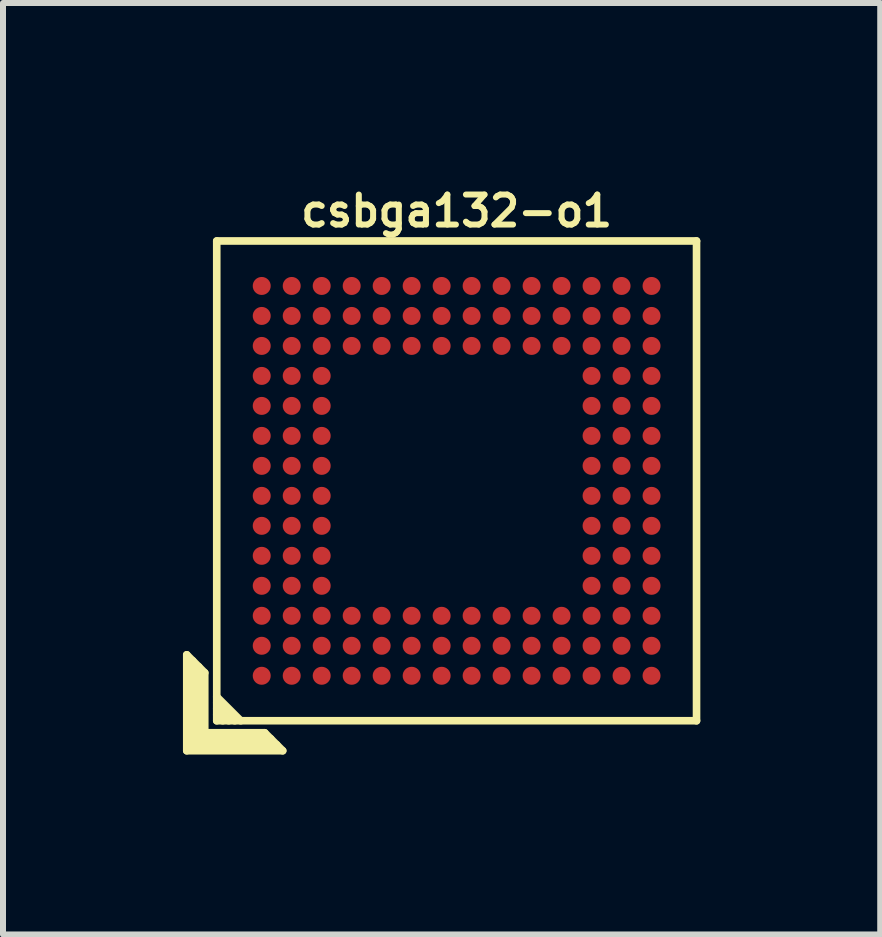
<source format=kicad_pcb>
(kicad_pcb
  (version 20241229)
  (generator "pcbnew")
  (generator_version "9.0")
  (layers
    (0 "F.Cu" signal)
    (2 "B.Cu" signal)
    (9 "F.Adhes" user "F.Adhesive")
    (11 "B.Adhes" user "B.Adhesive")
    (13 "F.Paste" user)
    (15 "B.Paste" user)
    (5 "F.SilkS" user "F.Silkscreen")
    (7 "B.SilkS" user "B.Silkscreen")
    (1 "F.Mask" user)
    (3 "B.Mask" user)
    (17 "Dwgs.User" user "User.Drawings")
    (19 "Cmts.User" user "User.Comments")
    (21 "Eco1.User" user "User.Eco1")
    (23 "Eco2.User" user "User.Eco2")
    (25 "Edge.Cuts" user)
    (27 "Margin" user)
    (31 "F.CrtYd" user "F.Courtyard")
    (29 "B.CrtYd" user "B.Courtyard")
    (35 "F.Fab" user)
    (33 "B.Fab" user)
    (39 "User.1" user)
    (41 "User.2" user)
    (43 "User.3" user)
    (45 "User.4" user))
  (footprint "csbga132-o1"
    (layer "F.Cu")
    (at 4.564 4.968)
    (property "Reference" "csbga132-o1" (at 0 -4.5 0) (layer "F.SilkS") (effects (font (size 0.5 0.5) (thickness 0.1))))
    (attr smd)
    (fp_line (start -4.5 2.9) (end -4.2 3.2) (stroke (width 0.127) (type solid)) (layer "F.SilkS"))
    (fp_line (start -4.5 4.5) (end -4.5 2.9) (stroke (width 0.127) (type solid)) (layer "F.SilkS"))
    (fp_line (start -4.4 4.4) (end -4.4 3) (stroke (width 0.127) (type solid)) (layer "F.SilkS"))
    (fp_line (start -4.3 3.1) (end -4.3 4.3) (stroke (width 0.127) (type solid)) (layer "F.SilkS"))
    (fp_line (start -4.3 4.3) (end -3.1 4.3) (stroke (width 0.127) (type solid)) (layer "F.SilkS"))
    (fp_line (start -4.2 3.2) (end -4.2 4.2) (stroke (width 0.127) (type solid)) (layer "F.SilkS"))
    (fp_line (start -4.2 4.2) (end -3.2 4.2) (stroke (width 0.127) (type solid)) (layer "F.SilkS"))
    (fp_line (start -4 -4) (end 4 -4) (stroke (width 0.127) (type solid)) (layer "F.SilkS"))
    (fp_line (start -4 3.6) (end -3.6 4) (stroke (width 0.127) (type solid)) (layer "F.SilkS"))
    (fp_line (start -4 3.7) (end -3.7 4) (stroke (width 0.127) (type solid)) (layer "F.SilkS"))
    (fp_line (start -4 4) (end -4 -4) (stroke (width 0.127) (type solid)) (layer "F.SilkS"))
    (fp_line (start -3.9 4) (end -4 3.9) (stroke (width 0.127) (type solid)) (layer "F.SilkS"))
    (fp_line (start -3.8 4) (end -4 3.8) (stroke (width 0.127) (type solid)) (layer "F.SilkS"))
    (fp_line (start -3.2 4.2) (end -2.9 4.5) (stroke (width 0.127) (type solid)) (layer "F.SilkS"))
    (fp_line (start -3 4.4) (end -4.4 4.4) (stroke (width 0.127) (type solid)) (layer "F.SilkS"))
    (fp_line (start -2.9 4.5) (end -4.5 4.5) (stroke (width 0.127) (type solid)) (layer "F.SilkS"))
    (fp_line (start 4 -4) (end 4 4) (stroke (width 0.127) (type solid)) (layer "F.SilkS"))
    (fp_line (start 4 4) (end -4 4) (stroke (width 0.127) (type solid)) (layer "F.SilkS"))
    (pad "A1" smd circle (at -3.25 3.25) (size 0.3 0.3) (layers "F.Cu" "F.Mask" "F.Paste"))
    (pad "A2" smd circle (at -3.25 2.75) (size 0.3 0.3) (layers "F.Cu" "F.Mask" "F.Paste"))
    (pad "A3" smd circle (at -3.25 2.25) (size 0.3 0.3) (layers "F.Cu" "F.Mask" "F.Paste"))
    (pad "A4" smd circle (at -3.25 1.75) (size 0.3 0.3) (layers "F.Cu" "F.Mask" "F.Paste"))
    (pad "A5" smd circle (at -3.25 1.25) (size 0.3 0.3) (layers "F.Cu" "F.Mask" "F.Paste"))
    (pad "A6" smd circle (at -3.25 0.75) (size 0.3 0.3) (layers "F.Cu" "F.Mask" "F.Paste"))
    (pad "A7" smd circle (at -3.25 0.25) (size 0.3 0.3) (layers "F.Cu" "F.Mask" "F.Paste"))
    (pad "A8" smd circle (at -3.25 -0.25) (size 0.3 0.3) (layers "F.Cu" "F.Mask" "F.Paste"))
    (pad "A9" smd circle (at -3.25 -0.75) (size 0.3 0.3) (layers "F.Cu" "F.Mask" "F.Paste"))
    (pad "A10" smd circle (at -3.25 -1.25) (size 0.3 0.3) (layers "F.Cu" "F.Mask" "F.Paste"))
    (pad "A11" smd circle (at -3.25 -1.75) (size 0.3 0.3) (layers "F.Cu" "F.Mask" "F.Paste"))
    (pad "A12" smd circle (at -3.25 -2.25) (size 0.3 0.3) (layers "F.Cu" "F.Mask" "F.Paste"))
    (pad "A13" smd circle (at -3.25 -2.75) (size 0.3 0.3) (layers "F.Cu" "F.Mask" "F.Paste"))
    (pad "A14" smd circle (at -3.25 -3.25) (size 0.3 0.3) (layers "F.Cu" "F.Mask" "F.Paste"))
    (pad "B1" smd circle (at -2.75 3.25) (size 0.3 0.3) (layers "F.Cu" "F.Mask" "F.Paste"))
    (pad "B2" smd circle (at -2.75 2.75) (size 0.3 0.3) (layers "F.Cu" "F.Mask" "F.Paste"))
    (pad "B3" smd circle (at -2.75 2.25) (size 0.3 0.3) (layers "F.Cu" "F.Mask" "F.Paste"))
    (pad "B4" smd circle (at -2.75 1.75) (size 0.3 0.3) (layers "F.Cu" "F.Mask" "F.Paste"))
    (pad "B5" smd circle (at -2.75 1.25) (size 0.3 0.3) (layers "F.Cu" "F.Mask" "F.Paste"))
    (pad "B6" smd circle (at -2.75 0.75) (size 0.3 0.3) (layers "F.Cu" "F.Mask" "F.Paste"))
    (pad "B7" smd circle (at -2.75 0.25) (size 0.3 0.3) (layers "F.Cu" "F.Mask" "F.Paste"))
    (pad "B8" smd circle (at -2.75 -0.25) (size 0.3 0.3) (layers "F.Cu" "F.Mask" "F.Paste"))
    (pad "B9" smd circle (at -2.75 -0.75) (size 0.3 0.3) (layers "F.Cu" "F.Mask" "F.Paste"))
    (pad "B10" smd circle (at -2.75 -1.25) (size 0.3 0.3) (layers "F.Cu" "F.Mask" "F.Paste"))
    (pad "B11" smd circle (at -2.75 -1.75) (size 0.3 0.3) (layers "F.Cu" "F.Mask" "F.Paste"))
    (pad "B12" smd circle (at -2.75 -2.25) (size 0.3 0.3) (layers "F.Cu" "F.Mask" "F.Paste"))
    (pad "B13" smd circle (at -2.75 -2.75) (size 0.3 0.3) (layers "F.Cu" "F.Mask" "F.Paste"))
    (pad "B14" smd circle (at -2.75 -3.25) (size 0.3 0.3) (layers "F.Cu" "F.Mask" "F.Paste"))
    (pad "C1" smd circle (at -2.25 3.25) (size 0.3 0.3) (layers "F.Cu" "F.Mask" "F.Paste"))
    (pad "C2" smd circle (at -2.25 2.75) (size 0.3 0.3) (layers "F.Cu" "F.Mask" "F.Paste"))
    (pad "C3" smd circle (at -2.25 2.25) (size 0.3 0.3) (layers "F.Cu" "F.Mask" "F.Paste"))
    (pad "C4" smd circle (at -2.25 1.75) (size 0.3 0.3) (layers "F.Cu" "F.Mask" "F.Paste"))
    (pad "C5" smd circle (at -2.25 1.25) (size 0.3 0.3) (layers "F.Cu" "F.Mask" "F.Paste"))
    (pad "C6" smd circle (at -2.25 0.75) (size 0.3 0.3) (layers "F.Cu" "F.Mask" "F.Paste"))
    (pad "C7" smd circle (at -2.25 0.25) (size 0.3 0.3) (layers "F.Cu" "F.Mask" "F.Paste"))
    (pad "C8" smd circle (at -2.25 -0.25) (size 0.3 0.3) (layers "F.Cu" "F.Mask" "F.Paste"))
    (pad "C9" smd circle (at -2.25 -0.75) (size 0.3 0.3) (layers "F.Cu" "F.Mask" "F.Paste"))
    (pad "C10" smd circle (at -2.25 -1.25) (size 0.3 0.3) (layers "F.Cu" "F.Mask" "F.Paste"))
    (pad "C11" smd circle (at -2.25 -1.75) (size 0.3 0.3) (layers "F.Cu" "F.Mask" "F.Paste"))
    (pad "C12" smd circle (at -2.25 -2.25) (size 0.3 0.3) (layers "F.Cu" "F.Mask" "F.Paste"))
    (pad "C13" smd circle (at -2.25 -2.75) (size 0.3 0.3) (layers "F.Cu" "F.Mask" "F.Paste"))
    (pad "C14" smd circle (at -2.25 -3.25) (size 0.3 0.3) (layers "F.Cu" "F.Mask" "F.Paste"))
    (pad "D1" smd circle (at -1.75 3.25) (size 0.3 0.3) (layers "F.Cu" "F.Mask" "F.Paste"))
    (pad "D2" smd circle (at -1.75 2.75) (size 0.3 0.3) (layers "F.Cu" "F.Mask" "F.Paste"))
    (pad "D3" smd circle (at -1.75 2.25) (size 0.3 0.3) (layers "F.Cu" "F.Mask" "F.Paste"))
    (pad "D12" smd circle (at -1.75 -2.25) (size 0.3 0.3) (layers "F.Cu" "F.Mask" "F.Paste"))
    (pad "D13" smd circle (at -1.75 -2.75) (size 0.3 0.3) (layers "F.Cu" "F.Mask" "F.Paste"))
    (pad "D14" smd circle (at -1.75 -3.25) (size 0.3 0.3) (layers "F.Cu" "F.Mask" "F.Paste"))
    (pad "E1" smd circle (at -1.25 3.25) (size 0.3 0.3) (layers "F.Cu" "F.Mask" "F.Paste"))
    (pad "E2" smd circle (at -1.25 2.75) (size 0.3 0.3) (layers "F.Cu" "F.Mask" "F.Paste"))
    (pad "E3" smd circle (at -1.25 2.25) (size 0.3 0.3) (layers "F.Cu" "F.Mask" "F.Paste"))
    (pad "E12" smd circle (at -1.25 -2.25) (size 0.3 0.3) (layers "F.Cu" "F.Mask" "F.Paste"))
    (pad "E13" smd circle (at -1.25 -2.75) (size 0.3 0.3) (layers "F.Cu" "F.Mask" "F.Paste"))
    (pad "E14" smd circle (at -1.25 -3.25) (size 0.3 0.3) (layers "F.Cu" "F.Mask" "F.Paste"))
    (pad "F1" smd circle (at -0.75 3.25) (size 0.3 0.3) (layers "F.Cu" "F.Mask" "F.Paste"))
    (pad "F2" smd circle (at -0.75 2.75) (size 0.3 0.3) (layers "F.Cu" "F.Mask" "F.Paste"))
    (pad "F3" smd circle (at -0.75 2.25) (size 0.3 0.3) (layers "F.Cu" "F.Mask" "F.Paste"))
    (pad "F12" smd circle (at -0.75 -2.25) (size 0.3 0.3) (layers "F.Cu" "F.Mask" "F.Paste"))
    (pad "F13" smd circle (at -0.75 -2.75) (size 0.3 0.3) (layers "F.Cu" "F.Mask" "F.Paste"))
    (pad "F14" smd circle (at -0.75 -3.25) (size 0.3 0.3) (layers "F.Cu" "F.Mask" "F.Paste"))
    (pad "G1" smd circle (at -0.25 3.25) (size 0.3 0.3) (layers "F.Cu" "F.Mask" "F.Paste"))
    (pad "G2" smd circle (at -0.25 2.75) (size 0.3 0.3) (layers "F.Cu" "F.Mask" "F.Paste"))
    (pad "G3" smd circle (at -0.25 2.25) (size 0.3 0.3) (layers "F.Cu" "F.Mask" "F.Paste"))
    (pad "G12" smd circle (at -0.25 -2.25) (size 0.3 0.3) (layers "F.Cu" "F.Mask" "F.Paste"))
    (pad "G13" smd circle (at -0.25 -2.75) (size 0.3 0.3) (layers "F.Cu" "F.Mask" "F.Paste"))
    (pad "G14" smd circle (at -0.25 -3.25) (size 0.3 0.3) (layers "F.Cu" "F.Mask" "F.Paste"))
    (pad "H1" smd circle (at 0.25 3.25) (size 0.3 0.3) (layers "F.Cu" "F.Mask" "F.Paste"))
    (pad "H2" smd circle (at 0.25 2.75) (size 0.3 0.3) (layers "F.Cu" "F.Mask" "F.Paste"))
    (pad "H3" smd circle (at 0.25 2.25) (size 0.3 0.3) (layers "F.Cu" "F.Mask" "F.Paste"))
    (pad "H12" smd circle (at 0.25 -2.25) (size 0.3 0.3) (layers "F.Cu" "F.Mask" "F.Paste"))
    (pad "H13" smd circle (at 0.25 -2.75) (size 0.3 0.3) (layers "F.Cu" "F.Mask" "F.Paste"))
    (pad "H14" smd circle (at 0.25 -3.25) (size 0.3 0.3) (layers "F.Cu" "F.Mask" "F.Paste"))
    (pad "J1" smd circle (at 0.75 3.25) (size 0.3 0.3) (layers "F.Cu" "F.Mask" "F.Paste"))
    (pad "J2" smd circle (at 0.75 2.75) (size 0.3 0.3) (layers "F.Cu" "F.Mask" "F.Paste"))
    (pad "J3" smd circle (at 0.75 2.25) (size 0.3 0.3) (layers "F.Cu" "F.Mask" "F.Paste"))
    (pad "J12" smd circle (at 0.75 -2.25) (size 0.3 0.3) (layers "F.Cu" "F.Mask" "F.Paste"))
    (pad "J13" smd circle (at 0.75 -2.75) (size 0.3 0.3) (layers "F.Cu" "F.Mask" "F.Paste"))
    (pad "J14" smd circle (at 0.75 -3.25) (size 0.3 0.3) (layers "F.Cu" "F.Mask" "F.Paste"))
    (pad "K1" smd circle (at 1.25 3.25) (size 0.3 0.3) (layers "F.Cu" "F.Mask" "F.Paste"))
    (pad "K2" smd circle (at 1.25 2.75) (size 0.3 0.3) (layers "F.Cu" "F.Mask" "F.Paste"))
    (pad "K3" smd circle (at 1.25 2.25) (size 0.3 0.3) (layers "F.Cu" "F.Mask" "F.Paste"))
    (pad "K12" smd circle (at 1.25 -2.25) (size 0.3 0.3) (layers "F.Cu" "F.Mask" "F.Paste"))
    (pad "K13" smd circle (at 1.25 -2.75) (size 0.3 0.3) (layers "F.Cu" "F.Mask" "F.Paste"))
    (pad "K14" smd circle (at 1.25 -3.25) (size 0.3 0.3) (layers "F.Cu" "F.Mask" "F.Paste"))
    (pad "L1" smd circle (at 1.75 3.25) (size 0.3 0.3) (layers "F.Cu" "F.Mask" "F.Paste"))
    (pad "L2" smd circle (at 1.75 2.75) (size 0.3 0.3) (layers "F.Cu" "F.Mask" "F.Paste"))
    (pad "L3" smd circle (at 1.75 2.25) (size 0.3 0.3) (layers "F.Cu" "F.Mask" "F.Paste"))
    (pad "L12" smd circle (at 1.75 -2.25) (size 0.3 0.3) (layers "F.Cu" "F.Mask" "F.Paste"))
    (pad "L13" smd circle (at 1.75 -2.75) (size 0.3 0.3) (layers "F.Cu" "F.Mask" "F.Paste"))
    (pad "L14" smd circle (at 1.75 -3.25) (size 0.3 0.3) (layers "F.Cu" "F.Mask" "F.Paste"))
    (pad "M1" smd circle (at 2.25 3.25) (size 0.3 0.3) (layers "F.Cu" "F.Mask" "F.Paste"))
    (pad "M2" smd circle (at 2.25 2.75) (size 0.3 0.3) (layers "F.Cu" "F.Mask" "F.Paste"))
    (pad "M3" smd circle (at 2.25 2.25) (size 0.3 0.3) (layers "F.Cu" "F.Mask" "F.Paste"))
    (pad "M4" smd circle (at 2.25 1.75) (size 0.3 0.3) (layers "F.Cu" "F.Mask" "F.Paste"))
    (pad "M5" smd circle (at 2.25 1.25) (size 0.3 0.3) (layers "F.Cu" "F.Mask" "F.Paste"))
    (pad "M6" smd circle (at 2.25 0.75) (size 0.3 0.3) (layers "F.Cu" "F.Mask" "F.Paste"))
    (pad "M7" smd circle (at 2.25 0.25) (size 0.3 0.3) (layers "F.Cu" "F.Mask" "F.Paste"))
    (pad "M8" smd circle (at 2.25 -0.25) (size 0.3 0.3) (layers "F.Cu" "F.Mask" "F.Paste"))
    (pad "M9" smd circle (at 2.25 -0.75) (size 0.3 0.3) (layers "F.Cu" "F.Mask" "F.Paste"))
    (pad "M10" smd circle (at 2.25 -1.25) (size 0.3 0.3) (layers "F.Cu" "F.Mask" "F.Paste"))
    (pad "M11" smd circle (at 2.25 -1.75) (size 0.3 0.3) (layers "F.Cu" "F.Mask" "F.Paste"))
    (pad "M12" smd circle (at 2.25 -2.25) (size 0.3 0.3) (layers "F.Cu" "F.Mask" "F.Paste"))
    (pad "M13" smd circle (at 2.25 -2.75) (size 0.3 0.3) (layers "F.Cu" "F.Mask" "F.Paste"))
    (pad "M14" smd circle (at 2.25 -3.25) (size 0.3 0.3) (layers "F.Cu" "F.Mask" "F.Paste"))
    (pad "N1" smd circle (at 2.75 3.25) (size 0.3 0.3) (layers "F.Cu" "F.Mask" "F.Paste"))
    (pad "N2" smd circle (at 2.75 2.75) (size 0.3 0.3) (layers "F.Cu" "F.Mask" "F.Paste"))
    (pad "N3" smd circle (at 2.75 2.25) (size 0.3 0.3) (layers "F.Cu" "F.Mask" "F.Paste"))
    (pad "N4" smd circle (at 2.75 1.75) (size 0.3 0.3) (layers "F.Cu" "F.Mask" "F.Paste"))
    (pad "N5" smd circle (at 2.75 1.25) (size 0.3 0.3) (layers "F.Cu" "F.Mask" "F.Paste"))
    (pad "N6" smd circle (at 2.75 0.75) (size 0.3 0.3) (layers "F.Cu" "F.Mask" "F.Paste"))
    (pad "N7" smd circle (at 2.75 0.25) (size 0.3 0.3) (layers "F.Cu" "F.Mask" "F.Paste"))
    (pad "N8" smd circle (at 2.75 -0.25) (size 0.3 0.3) (layers "F.Cu" "F.Mask" "F.Paste"))
    (pad "N9" smd circle (at 2.75 -0.75) (size 0.3 0.3) (layers "F.Cu" "F.Mask" "F.Paste"))
    (pad "N10" smd circle (at 2.75 -1.25) (size 0.3 0.3) (layers "F.Cu" "F.Mask" "F.Paste"))
    (pad "N11" smd circle (at 2.75 -1.75) (size 0.3 0.3) (layers "F.Cu" "F.Mask" "F.Paste"))
    (pad "N12" smd circle (at 2.75 -2.25) (size 0.3 0.3) (layers "F.Cu" "F.Mask" "F.Paste"))
    (pad "N13" smd circle (at 2.75 -2.75) (size 0.3 0.3) (layers "F.Cu" "F.Mask" "F.Paste"))
    (pad "N14" smd circle (at 2.75 -3.25) (size 0.3 0.3) (layers "F.Cu" "F.Mask" "F.Paste"))
    (pad "P1" smd circle (at 3.25 3.25) (size 0.3 0.3) (layers "F.Cu" "F.Mask" "F.Paste"))
    (pad "P2" smd circle (at 3.25 2.75) (size 0.3 0.3) (layers "F.Cu" "F.Mask" "F.Paste"))
    (pad "P3" smd circle (at 3.25 2.25) (size 0.3 0.3) (layers "F.Cu" "F.Mask" "F.Paste"))
    (pad "P4" smd circle (at 3.25 1.75) (size 0.3 0.3) (layers "F.Cu" "F.Mask" "F.Paste"))
    (pad "P5" smd circle (at 3.25 1.25) (size 0.3 0.3) (layers "F.Cu" "F.Mask" "F.Paste"))
    (pad "P6" smd circle (at 3.25 0.75) (size 0.3 0.3) (layers "F.Cu" "F.Mask" "F.Paste"))
    (pad "P7" smd circle (at 3.25 0.25) (size 0.3 0.3) (layers "F.Cu" "F.Mask" "F.Paste"))
    (pad "P8" smd circle (at 3.25 -0.25) (size 0.3 0.3) (layers "F.Cu" "F.Mask" "F.Paste"))
    (pad "P9" smd circle (at 3.25 -0.75) (size 0.3 0.3) (layers "F.Cu" "F.Mask" "F.Paste"))
    (pad "P10" smd circle (at 3.25 -1.25) (size 0.3 0.3) (layers "F.Cu" "F.Mask" "F.Paste"))
    (pad "P11" smd circle (at 3.25 -1.75) (size 0.3 0.3) (layers "F.Cu" "F.Mask" "F.Paste"))
    (pad "P12" smd circle (at 3.25 -2.25) (size 0.3 0.3) (layers "F.Cu" "F.Mask" "F.Paste"))
    (pad "P13" smd circle (at 3.25 -2.75) (size 0.3 0.3) (layers "F.Cu" "F.Mask" "F.Paste"))
    (pad "P14" smd circle (at 3.25 -3.25) (size 0.3 0.3) (layers "F.Cu" "F.Mask" "F.Paste")))
  (gr_rect
    (start -3 -3)
    (end 11.627 12.531)
    (stroke (width 0.1) (type default))
    (fill no)
    (layer "Edge.Cuts")))
</source>
